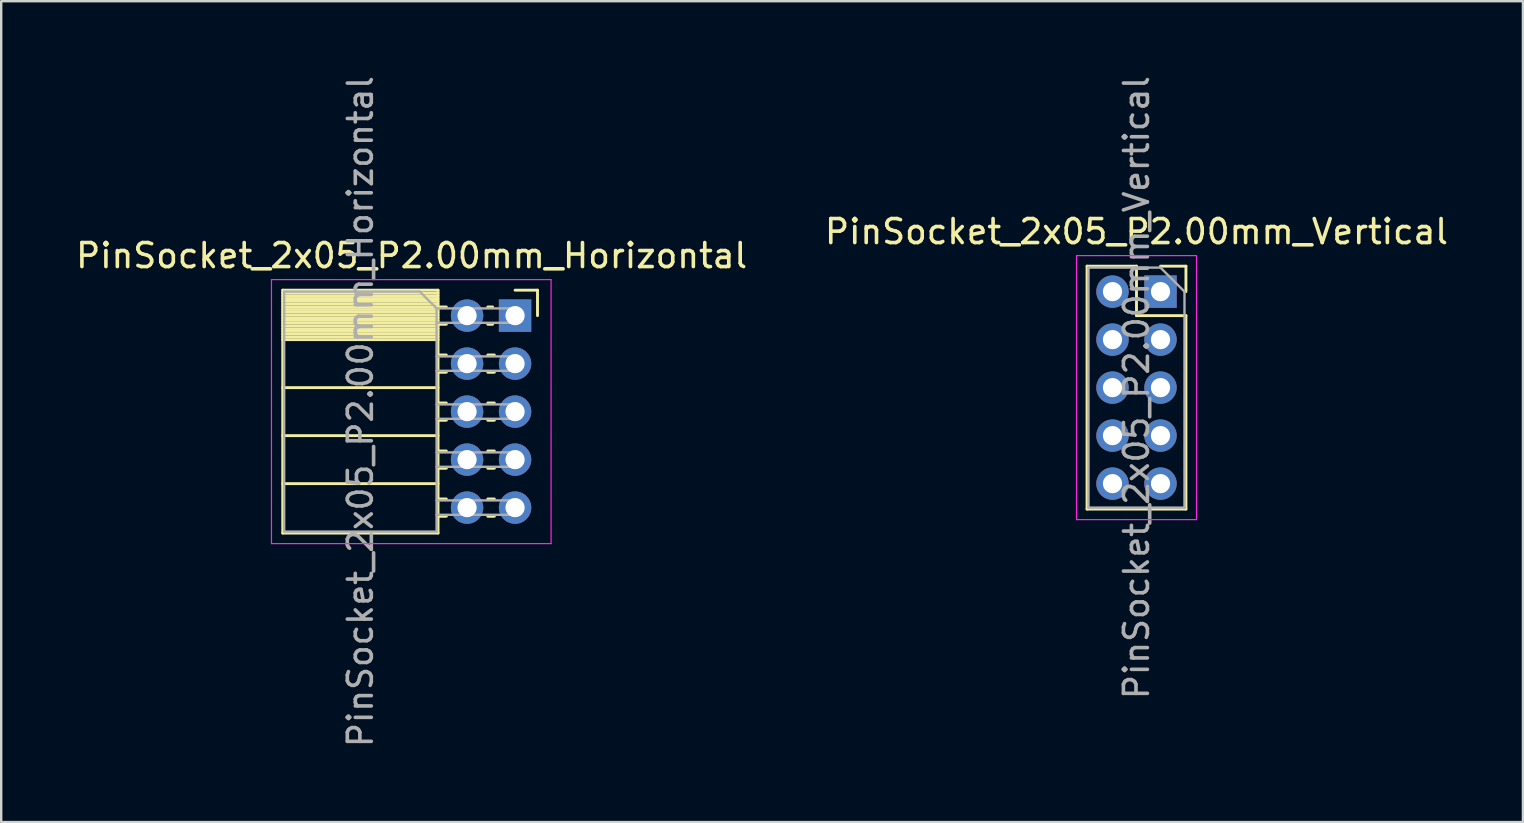
<source format=kicad_pcb>
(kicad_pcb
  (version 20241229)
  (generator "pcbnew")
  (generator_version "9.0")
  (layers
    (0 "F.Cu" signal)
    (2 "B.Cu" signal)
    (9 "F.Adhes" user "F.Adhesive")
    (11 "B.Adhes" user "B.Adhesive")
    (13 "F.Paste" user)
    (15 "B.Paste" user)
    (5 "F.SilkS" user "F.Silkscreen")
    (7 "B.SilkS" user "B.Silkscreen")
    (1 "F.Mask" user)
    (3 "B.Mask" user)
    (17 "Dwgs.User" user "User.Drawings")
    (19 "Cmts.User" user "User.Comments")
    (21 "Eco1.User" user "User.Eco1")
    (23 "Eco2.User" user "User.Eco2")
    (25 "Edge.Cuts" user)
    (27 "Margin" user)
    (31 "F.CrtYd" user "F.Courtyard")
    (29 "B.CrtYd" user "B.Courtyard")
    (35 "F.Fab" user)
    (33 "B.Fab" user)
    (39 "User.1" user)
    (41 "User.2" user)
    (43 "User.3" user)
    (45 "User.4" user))
  (footprint "PinSocket_2x05_P2.00mm_Vertical"
    (layer "F.Cu")
    (at 45.304 9.101)
    (property "Reference" "PinSocket_2x05_P2.00mm_Vertical" (at -1 -2.5 0) (layer "F.SilkS") (effects (font (size 1 1) (thickness 0.15))))
    (attr through_hole)
    (fp_line (start -3.06 -1.06) (end -3.06 9.06) (stroke (width 0.12) (type solid)) (layer "F.SilkS"))
    (fp_line (start -3.06 -1.06) (end -1 -1.06) (stroke (width 0.12) (type solid)) (layer "F.SilkS"))
    (fp_line (start -3.06 9.06) (end 1.06 9.06) (stroke (width 0.12) (type solid)) (layer "F.SilkS"))
    (fp_line (start -1 -1.06) (end -1 1) (stroke (width 0.12) (type solid)) (layer "F.SilkS"))
    (fp_line (start -1 1) (end 1.06 1) (stroke (width 0.12) (type solid)) (layer "F.SilkS"))
    (fp_line (start 0 -1.06) (end 1.06 -1.06) (stroke (width 0.12) (type solid)) (layer "F.SilkS"))
    (fp_line (start 1.06 -1.06) (end 1.06 0) (stroke (width 0.12) (type solid)) (layer "F.SilkS"))
    (fp_line (start 1.06 1) (end 1.06 9.06) (stroke (width 0.12) (type solid)) (layer "F.SilkS"))
    (fp_line (start -3.5 -1.5) (end 1.5 -1.5) (stroke (width 0.05) (type solid)) (layer "F.CrtYd"))
    (fp_line (start -3.5 9.5) (end -3.5 -1.5) (stroke (width 0.05) (type solid)) (layer "F.CrtYd"))
    (fp_line (start 1.5 -1.5) (end 1.5 9.5) (stroke (width 0.05) (type solid)) (layer "F.CrtYd"))
    (fp_line (start 1.5 9.5) (end -3.5 9.5) (stroke (width 0.05) (type solid)) (layer "F.CrtYd"))
    (fp_line (start -3 -1) (end 0 -1) (stroke (width 0.1) (type solid)) (layer "F.Fab"))
    (fp_line (start -3 9) (end -3 -1) (stroke (width 0.1) (type solid)) (layer "F.Fab"))
    (fp_line (start 0 -1) (end 1 0) (stroke (width 0.1) (type solid)) (layer "F.Fab"))
    (fp_line (start 1 0) (end 1 9) (stroke (width 0.1) (type solid)) (layer "F.Fab"))
    (fp_line (start 1 9) (end -3 9) (stroke (width 0.1) (type solid)) (layer "F.Fab"))
    (fp_text user "${REFERENCE}" (at -1 4 90) (layer "F.Fab") (effects (font (size 1 1) (thickness 0.15))))
    (pad "1" thru_hole rect (at 0 0) (size 1.35 1.35) (drill 0.8) (layers "*.Cu" "*.Mask"))
    (pad "2" thru_hole oval (at -2 0) (size 1.35 1.35) (drill 0.8) (layers "*.Cu" "*.Mask"))
    (pad "3" thru_hole oval (at 0 2) (size 1.35 1.35) (drill 0.8) (layers "*.Cu" "*.Mask"))
    (pad "4" thru_hole oval (at -2 2) (size 1.35 1.35) (drill 0.8) (layers "*.Cu" "*.Mask"))
    (pad "5" thru_hole oval (at 0 4) (size 1.35 1.35) (drill 0.8) (layers "*.Cu" "*.Mask"))
    (pad "6" thru_hole oval (at -2 4) (size 1.35 1.35) (drill 0.8) (layers "*.Cu" "*.Mask"))
    (pad "7" thru_hole oval (at 0 6) (size 1.35 1.35) (drill 0.8) (layers "*.Cu" "*.Mask"))
    (pad "8" thru_hole oval (at -2 6) (size 1.35 1.35) (drill 0.8) (layers "*.Cu" "*.Mask"))
    (pad "9" thru_hole oval (at 0 8) (size 1.35 1.35) (drill 0.8) (layers "*.Cu" "*.Mask"))
    (pad "10" thru_hole oval (at -2 8) (size 1.35 1.35) (drill 0.8) (layers "*.Cu" "*.Mask")))
  (footprint "PinSocket_2x05_P2.00mm_Horizontal"
    (layer "F.Cu")
    (at 18.411 10.101)
    (property "Reference" "PinSocket_2x05_P2.00mm_Horizontal" (at -4.31 -2.5 0) (layer "F.SilkS") (effects (font (size 1 1) (thickness 0.15))))
    (attr through_hole)
    (fp_line (start -9.68 -1.06) (end -9.68 9.06) (stroke (width 0.12) (type solid)) (layer "F.SilkS"))
    (fp_line (start -9.68 -1.06) (end -3.21 -1.06) (stroke (width 0.12) (type solid)) (layer "F.SilkS"))
    (fp_line (start -9.68 -0.94) (end -3.21 -0.94) (stroke (width 0.12) (type solid)) (layer "F.SilkS"))
    (fp_line (start -9.68 -0.826) (end -3.21 -0.826) (stroke (width 0.12) (type solid)) (layer "F.SilkS"))
    (fp_line (start -9.68 -0.712) (end -3.21 -0.712) (stroke (width 0.12) (type solid)) (layer "F.SilkS"))
    (fp_line (start -9.68 -0.598) (end -3.21 -0.598) (stroke (width 0.12) (type solid)) (layer "F.SilkS"))
    (fp_line (start -9.68 -0.484) (end -3.21 -0.484) (stroke (width 0.12) (type solid)) (layer "F.SilkS"))
    (fp_line (start -9.68 -0.369) (end -3.21 -0.369) (stroke (width 0.12) (type solid)) (layer "F.SilkS"))
    (fp_line (start -9.68 -0.255) (end -3.21 -0.255) (stroke (width 0.12) (type solid)) (layer "F.SilkS"))
    (fp_line (start -9.68 -0.141) (end -3.21 -0.141) (stroke (width 0.12) (type solid)) (layer "F.SilkS"))
    (fp_line (start -9.68 -0.027) (end -3.21 -0.027) (stroke (width 0.12) (type solid)) (layer "F.SilkS"))
    (fp_line (start -9.68 0.087) (end -3.21 0.087) (stroke (width 0.12) (type solid)) (layer "F.SilkS"))
    (fp_line (start -9.68 0.201) (end -3.21 0.201) (stroke (width 0.12) (type solid)) (layer "F.SilkS"))
    (fp_line (start -9.68 0.315) (end -3.21 0.315) (stroke (width 0.12) (type solid)) (layer "F.SilkS"))
    (fp_line (start -9.68 0.429) (end -3.21 0.429) (stroke (width 0.12) (type solid)) (layer "F.SilkS"))
    (fp_line (start -9.68 0.544) (end -3.21 0.544) (stroke (width 0.12) (type solid)) (layer "F.SilkS"))
    (fp_line (start -9.68 0.658) (end -3.21 0.658) (stroke (width 0.12) (type solid)) (layer "F.SilkS"))
    (fp_line (start -9.68 0.772) (end -3.21 0.772) (stroke (width 0.12) (type solid)) (layer "F.SilkS"))
    (fp_line (start -9.68 0.886) (end -3.21 0.886) (stroke (width 0.12) (type solid)) (layer "F.SilkS"))
    (fp_line (start -9.68 1) (end -3.21 1) (stroke (width 0.12) (type solid)) (layer "F.SilkS"))
    (fp_line (start -9.68 3) (end -3.21 3) (stroke (width 0.12) (type solid)) (layer "F.SilkS"))
    (fp_line (start -9.68 5) (end -3.21 5) (stroke (width 0.12) (type solid)) (layer "F.SilkS"))
    (fp_line (start -9.68 7) (end -3.21 7) (stroke (width 0.12) (type solid)) (layer "F.SilkS"))
    (fp_line (start -9.68 9.06) (end -3.21 9.06) (stroke (width 0.12) (type solid)) (layer "F.SilkS"))
    (fp_line (start -3.21 -1.06) (end -3.21 9.06) (stroke (width 0.12) (type solid)) (layer "F.SilkS"))
    (fp_line (start -3.21 -0.36) (end -2.863 -0.36) (stroke (width 0.12) (type solid)) (layer "F.SilkS"))
    (fp_line (start -3.21 0.36) (end -2.863 0.36) (stroke (width 0.12) (type solid)) (layer "F.SilkS"))
    (fp_line (start -3.21 1.64) (end -2.863 1.64) (stroke (width 0.12) (type solid)) (layer "F.SilkS"))
    (fp_line (start -3.21 2.36) (end -2.863 2.36) (stroke (width 0.12) (type solid)) (layer "F.SilkS"))
    (fp_line (start -3.21 3.64) (end -2.863 3.64) (stroke (width 0.12) (type solid)) (layer "F.SilkS"))
    (fp_line (start -3.21 4.36) (end -2.863 4.36) (stroke (width 0.12) (type solid)) (layer "F.SilkS"))
    (fp_line (start -3.21 5.64) (end -2.863 5.64) (stroke (width 0.12) (type solid)) (layer "F.SilkS"))
    (fp_line (start -3.21 6.36) (end -2.863 6.36) (stroke (width 0.12) (type solid)) (layer "F.SilkS"))
    (fp_line (start -3.21 7.64) (end -2.863 7.64) (stroke (width 0.12) (type solid)) (layer "F.SilkS"))
    (fp_line (start -3.21 8.36) (end -2.863 8.36) (stroke (width 0.12) (type solid)) (layer "F.SilkS"))
    (fp_line (start -1.137 -0.36) (end -0.935 -0.36) (stroke (width 0.12) (type solid)) (layer "F.SilkS"))
    (fp_line (start -1.137 0.36) (end -0.935 0.36) (stroke (width 0.12) (type solid)) (layer "F.SilkS"))
    (fp_line (start -1.137 1.64) (end -0.863 1.64) (stroke (width 0.12) (type solid)) (layer "F.SilkS"))
    (fp_line (start -1.137 2.36) (end -0.863 2.36) (stroke (width 0.12) (type solid)) (layer "F.SilkS"))
    (fp_line (start -1.137 3.64) (end -0.863 3.64) (stroke (width 0.12) (type solid)) (layer "F.SilkS"))
    (fp_line (start -1.137 4.36) (end -0.863 4.36) (stroke (width 0.12) (type solid)) (layer "F.SilkS"))
    (fp_line (start -1.137 5.64) (end -0.863 5.64) (stroke (width 0.12) (type solid)) (layer "F.SilkS"))
    (fp_line (start -1.137 6.36) (end -0.863 6.36) (stroke (width 0.12) (type solid)) (layer "F.SilkS"))
    (fp_line (start -1.137 7.64) (end -0.863 7.64) (stroke (width 0.12) (type solid)) (layer "F.SilkS"))
    (fp_line (start -1.137 8.36) (end -0.863 8.36) (stroke (width 0.12) (type solid)) (layer "F.SilkS"))
    (fp_line (start 0 -1.06) (end 0.935 -1.06) (stroke (width 0.12) (type solid)) (layer "F.SilkS"))
    (fp_line (start 0.935 -1.06) (end 0.935 0) (stroke (width 0.12) (type solid)) (layer "F.SilkS"))
    (fp_line (start -10.15 -1.5) (end -10.15 9.5) (stroke (width 0.05) (type solid)) (layer "F.CrtYd"))
    (fp_line (start -10.15 9.5) (end 1.5 9.5) (stroke (width 0.05) (type solid)) (layer "F.CrtYd"))
    (fp_line (start 1.5 -1.5) (end -10.15 -1.5) (stroke (width 0.05) (type solid)) (layer "F.CrtYd"))
    (fp_line (start 1.5 9.5) (end 1.5 -1.5) (stroke (width 0.05) (type solid)) (layer "F.CrtYd"))
    (fp_line (start -9.62 -1) (end -3.97 -1) (stroke (width 0.1) (type solid)) (layer "F.Fab"))
    (fp_line (start -9.62 9) (end -9.62 -1) (stroke (width 0.1) (type solid)) (layer "F.Fab"))
    (fp_line (start -3.97 -1) (end -3.27 -0.3) (stroke (width 0.1) (type solid)) (layer "F.Fab"))
    (fp_line (start -3.27 -0.3) (end -3.27 9) (stroke (width 0.1) (type solid)) (layer "F.Fab"))
    (fp_line (start -3.27 0.3) (end 0 0.3) (stroke (width 0.1) (type solid)) (layer "F.Fab"))
    (fp_line (start -3.27 2.3) (end 0 2.3) (stroke (width 0.1) (type solid)) (layer "F.Fab"))
    (fp_line (start -3.27 4.3) (end 0 4.3) (stroke (width 0.1) (type solid)) (layer "F.Fab"))
    (fp_line (start -3.27 6.3) (end 0 6.3) (stroke (width 0.1) (type solid)) (layer "F.Fab"))
    (fp_line (start -3.27 8.3) (end 0 8.3) (stroke (width 0.1) (type solid)) (layer "F.Fab"))
    (fp_line (start -3.27 9) (end -9.62 9) (stroke (width 0.1) (type solid)) (layer "F.Fab"))
    (fp_line (start 0 -0.3) (end -3.27 -0.3) (stroke (width 0.1) (type solid)) (layer "F.Fab"))
    (fp_line (start 0 0.3) (end 0 -0.3) (stroke (width 0.1) (type solid)) (layer "F.Fab"))
    (fp_line (start 0 1.7) (end -3.27 1.7) (stroke (width 0.1) (type solid)) (layer "F.Fab"))
    (fp_line (start 0 2.3) (end 0 1.7) (stroke (width 0.1) (type solid)) (layer "F.Fab"))
    (fp_line (start 0 3.7) (end -3.27 3.7) (stroke (width 0.1) (type solid)) (layer "F.Fab"))
    (fp_line (start 0 4.3) (end 0 3.7) (stroke (width 0.1) (type solid)) (layer "F.Fab"))
    (fp_line (start 0 5.7) (end -3.27 5.7) (stroke (width 0.1) (type solid)) (layer "F.Fab"))
    (fp_line (start 0 6.3) (end 0 5.7) (stroke (width 0.1) (type solid)) (layer "F.Fab"))
    (fp_line (start 0 7.7) (end -3.27 7.7) (stroke (width 0.1) (type solid)) (layer "F.Fab"))
    (fp_line (start 0 8.3) (end 0 7.7) (stroke (width 0.1) (type solid)) (layer "F.Fab"))
    (fp_text user "${REFERENCE}" (at -6.445 4 90) (layer "F.Fab") (effects (font (size 1 1) (thickness 0.15))))
    (pad "1" thru_hole rect (at 0 0) (size 1.35 1.35) (drill 0.8) (layers "*.Cu" "*.Mask"))
    (pad "2" thru_hole oval (at -2 0) (size 1.35 1.35) (drill 0.8) (layers "*.Cu" "*.Mask"))
    (pad "3" thru_hole oval (at 0 2) (size 1.35 1.35) (drill 0.8) (layers "*.Cu" "*.Mask"))
    (pad "4" thru_hole oval (at -2 2) (size 1.35 1.35) (drill 0.8) (layers "*.Cu" "*.Mask"))
    (pad "5" thru_hole oval (at 0 4) (size 1.35 1.35) (drill 0.8) (layers "*.Cu" "*.Mask"))
    (pad "6" thru_hole oval (at -2 4) (size 1.35 1.35) (drill 0.8) (layers "*.Cu" "*.Mask"))
    (pad "7" thru_hole oval (at 0 6) (size 1.35 1.35) (drill 0.8) (layers "*.Cu" "*.Mask"))
    (pad "8" thru_hole oval (at -2 6) (size 1.35 1.35) (drill 0.8) (layers "*.Cu" "*.Mask"))
    (pad "9" thru_hole oval (at 0 8) (size 1.35 1.35) (drill 0.8) (layers "*.Cu" "*.Mask"))
    (pad "10" thru_hole oval (at -2 8) (size 1.35 1.35) (drill 0.8) (layers "*.Cu" "*.Mask")))
  (gr_rect
    (start -3 -3)
    (end 60.405 31.202)
    (stroke (width 0.1) (type default))
    (fill no)
    (layer "Edge.Cuts")))
</source>
